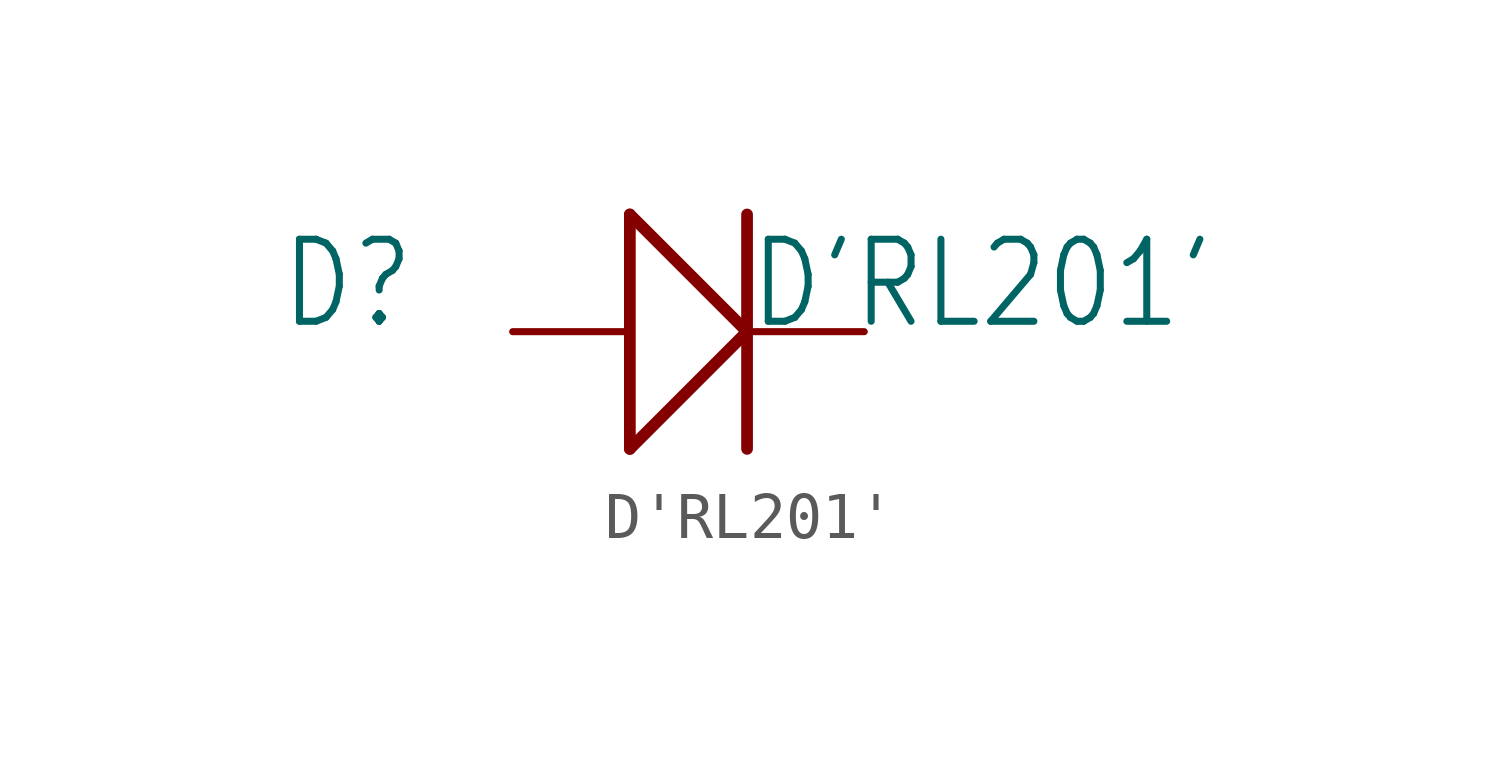
<source format=kicad_sym>
(kicad_symbol_lib
  (version 20211014)
  (generator kicad_symbol_editor)
  (symbol "D'RL201'"
    (property "Reference" "D"
      (at -8.89 0 0)
      (effects (font (size 1.778 1.511)) (justify left bottom)))
    (property "Value" "D'RL201'"
      (at 1.27 0 0)
      (effects (font (size 1.778 1.511)) (justify left bottom)))
    (property "ki_locked" ""
      (at 0 0 0)
      (effects (font (size 1.27 1.27))))
    (symbol "D'RL201'_1_0"
      (polyline (pts (xy -1.27 -2.54) (xy -1.27 2.54)) (stroke (width 0.254) (type default) (color 0 0 0 0)) (fill (type none)))
      (polyline (pts (xy -1.27 -2.54) (xy 1.27 0)) (stroke (width 0.254) (type default) (color 0 0 0 0)) (fill (type none)))
      (polyline (pts (xy -1.27 2.54) (xy 1.27 0)) (stroke (width 0.254) (type default) (color 0 0 0 0)) (fill (type none)))
      (polyline (pts (xy 1.27 2.54) (xy 1.27 -2.54)) (stroke (width 0.254) (type default) (color 0 0 0 0)) (fill (type none)))
      (pin passive line (at -3.81 0 0) (length 2.54) (name "+" (effects (font (size 0 0)))) (number "+" (effects (font (size 0 0)))))
      (pin passive line (at 3.81 0 180) (length 2.54) (name "-" (effects (font (size 0 0)))) (number "-" (effects (font (size 0 0))))))))
</source>
